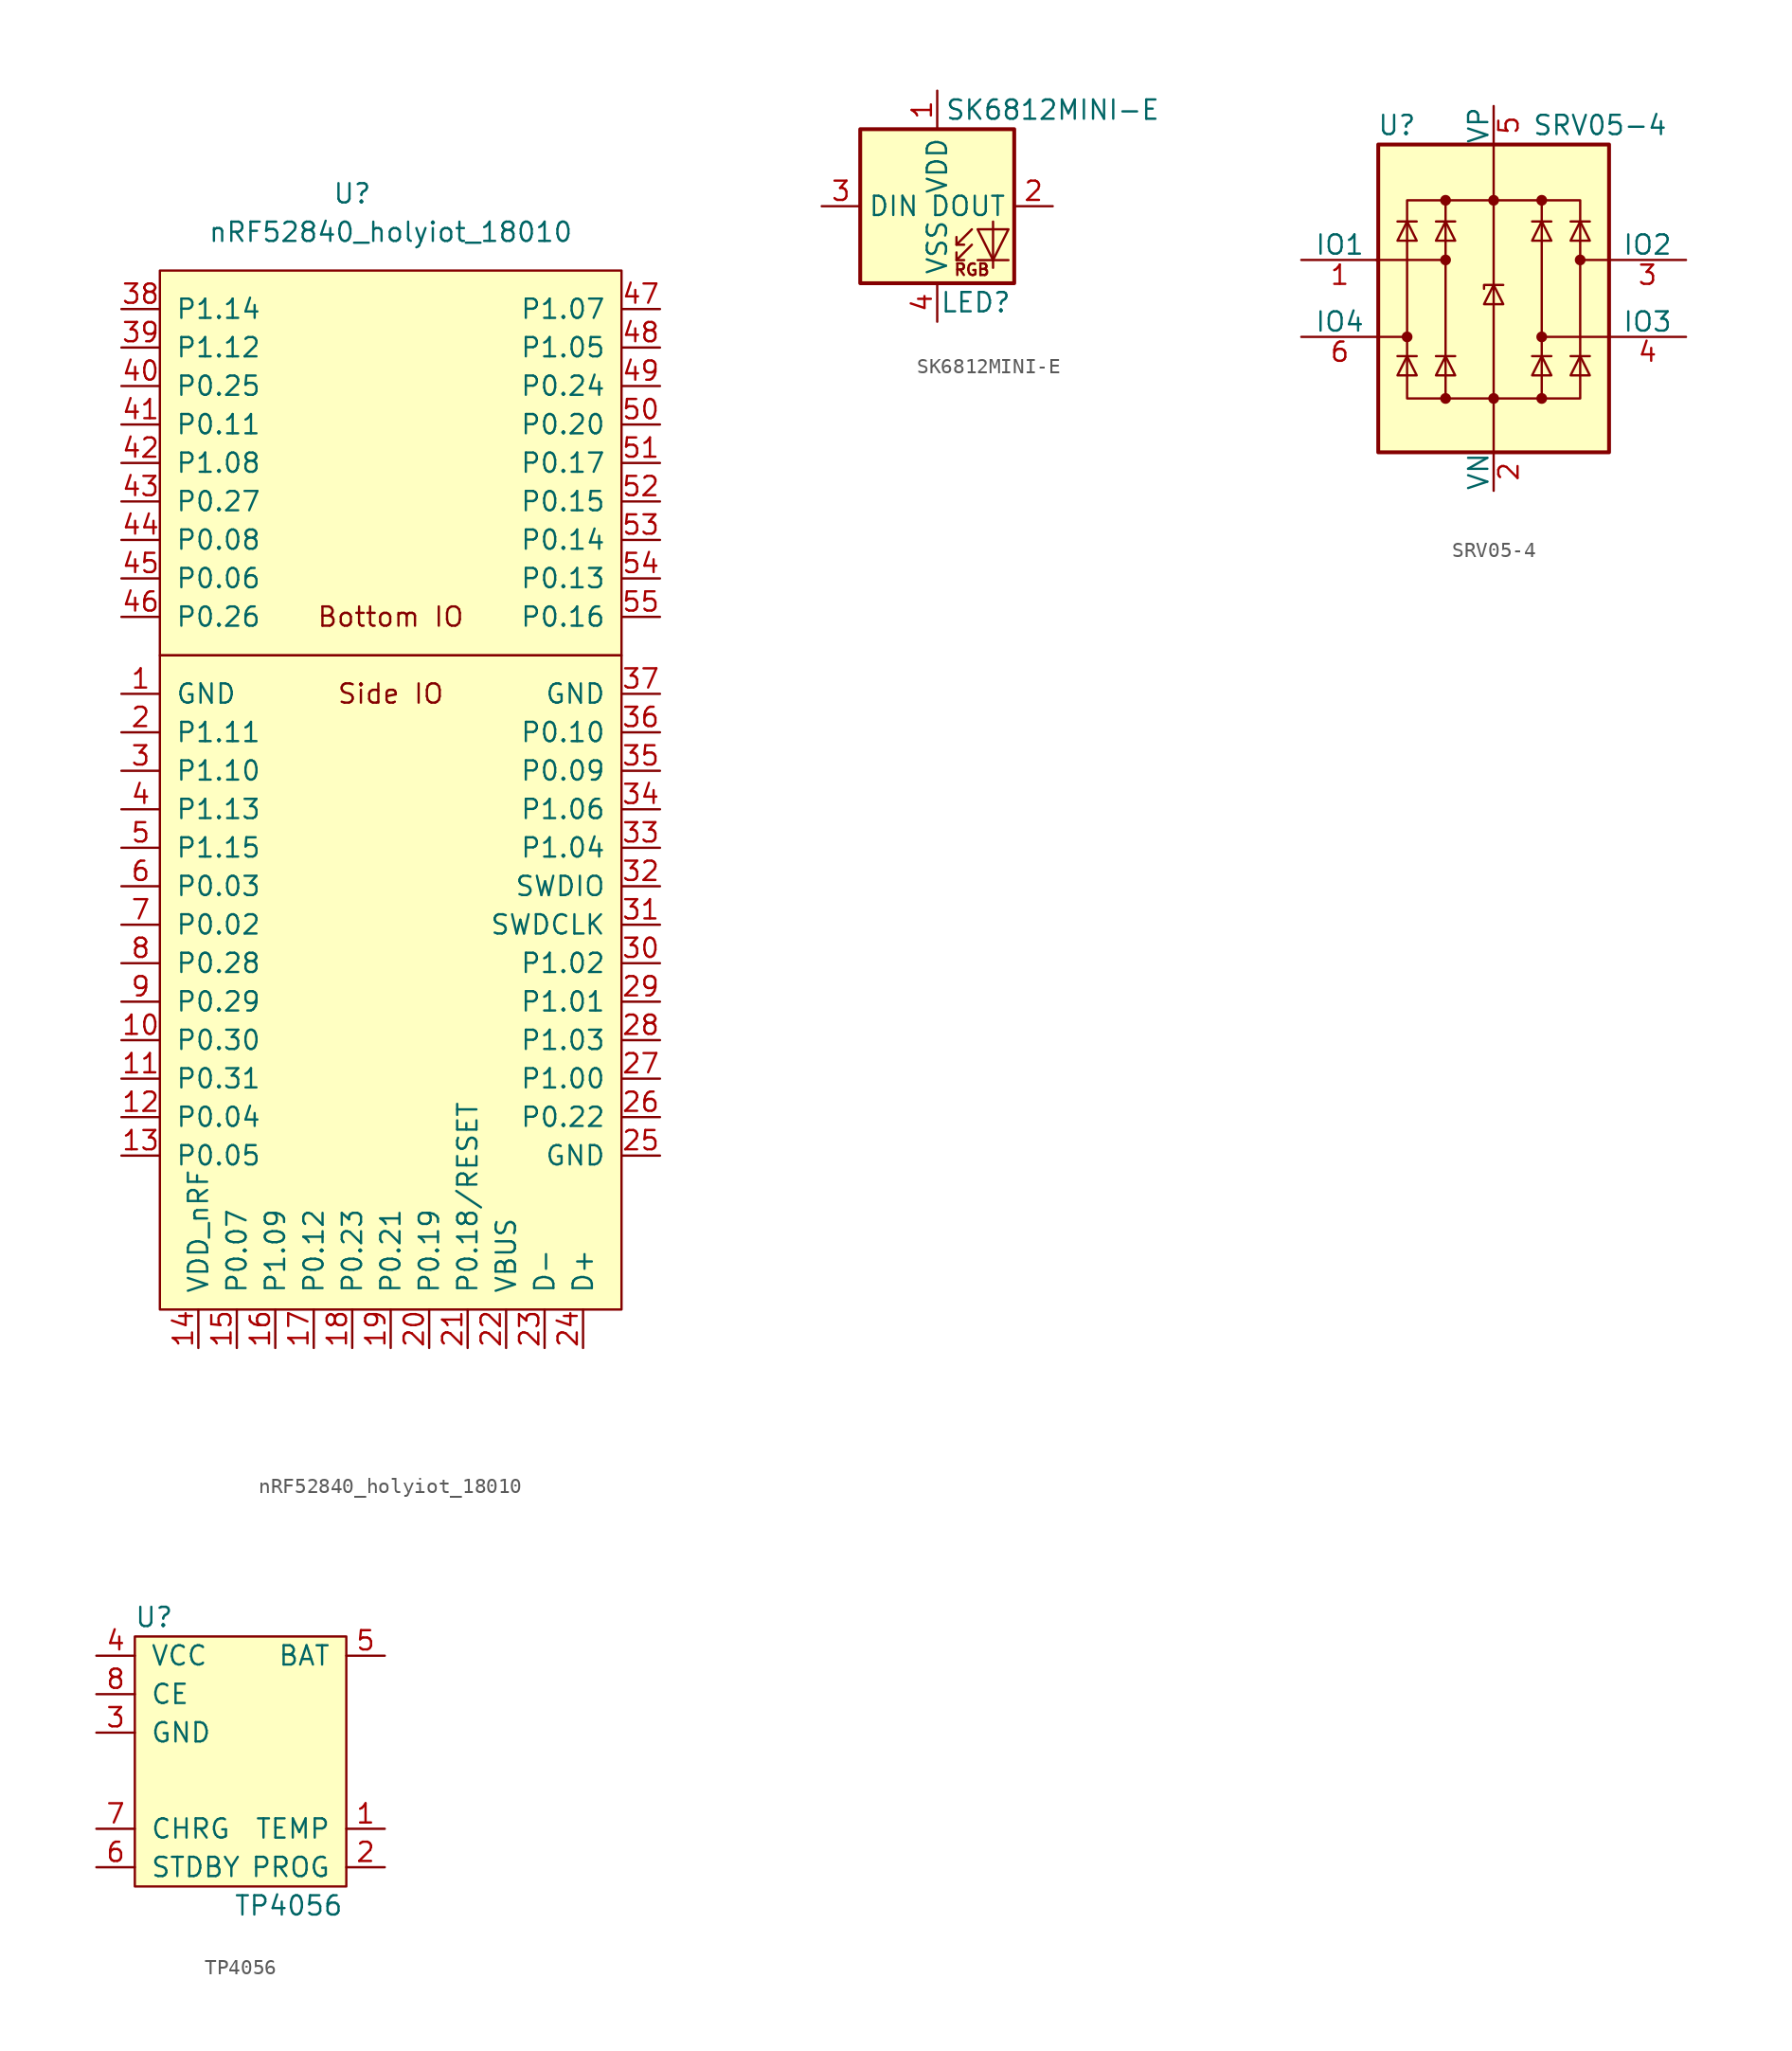
<source format=kicad_sym>
(kicad_symbol_lib
  (version 20211014)
  (generator kicad_symbol_editor)
  (symbol "nRF52840_holyiot_18010"
    (pin_names
      (offset 1.016))
    (property "Reference" "U"
      (at -2.54 39.37 0)
      (effects (font (size 1.27 1.27))))
    (property "Value" "nRF52840_holyiot_18010"
      (at 0 36.83 0)
      (effects (font (size 1.27 1.27))))
    (symbol "nRF52840_holyiot_18010_0_0"
      (rectangle (start -15.24 8.89) (end 15.24 -34.29) (stroke (width 0) (type default) (color 0 0 0 0)) (fill (type background)))
      (rectangle (start -15.24 8.89) (end 15.24 34.29) (stroke (width 0) (type default) (color 0 0 0 0)) (fill (type background)))
      (text "Bottom IO" (at 0 11.43 0) (effects (font (size 1.27 1.27))))
      (text "Side IO" (at 0 6.35 0) (effects (font (size 1.27 1.27)))))
    (symbol "nRF52840_holyiot_18010_1_1"
      (pin power_in line (at -17.78 6.35 0) (length 2.54) (name "GND" (effects (font (size 1.27 1.27)))) (number "1" (effects (font (size 1.27 1.27)))))
      (pin bidirectional line (at -17.78 -16.51 0) (length 2.54) (name "P0.30" (effects (font (size 1.27 1.27)))) (number "10" (effects (font (size 1.27 1.27)))))
      (pin bidirectional line (at -17.78 -19.05 0) (length 2.54) (name "P0.31" (effects (font (size 1.27 1.27)))) (number "11" (effects (font (size 1.27 1.27)))))
      (pin bidirectional line (at -17.78 -21.59 0) (length 2.54) (name "P0.04" (effects (font (size 1.27 1.27)))) (number "12" (effects (font (size 1.27 1.27)))))
      (pin bidirectional line (at -17.78 -24.13 0) (length 2.54) (name "P0.05" (effects (font (size 1.27 1.27)))) (number "13" (effects (font (size 1.27 1.27)))))
      (pin power_in line (at -12.7 -36.83 90) (length 2.54) (name "VDD_nRF" (effects (font (size 1.27 1.27)))) (number "14" (effects (font (size 1.27 1.27)))))
      (pin bidirectional line (at -10.16 -36.83 90) (length 2.54) (name "P0.07" (effects (font (size 1.27 1.27)))) (number "15" (effects (font (size 1.27 1.27)))))
      (pin bidirectional line (at -7.62 -36.83 90) (length 2.54) (name "P1.09" (effects (font (size 1.27 1.27)))) (number "16" (effects (font (size 1.27 1.27)))))
      (pin bidirectional line (at -5.08 -36.83 90) (length 2.54) (name "P0.12" (effects (font (size 1.27 1.27)))) (number "17" (effects (font (size 1.27 1.27)))))
      (pin bidirectional line (at -2.54 -36.83 90) (length 2.54) (name "P0.23" (effects (font (size 1.27 1.27)))) (number "18" (effects (font (size 1.27 1.27)))))
      (pin bidirectional line (at 0 -36.83 90) (length 2.54) (name "P0.21" (effects (font (size 1.27 1.27)))) (number "19" (effects (font (size 1.27 1.27)))))
      (pin bidirectional line (at -17.78 3.81 0) (length 2.54) (name "P1.11" (effects (font (size 1.27 1.27)))) (number "2" (effects (font (size 1.27 1.27)))))
      (pin bidirectional line (at 2.54 -36.83 90) (length 2.54) (name "P0.19" (effects (font (size 1.27 1.27)))) (number "20" (effects (font (size 1.27 1.27)))))
      (pin input line (at 5.08 -36.83 90) (length 2.54) (name "P0.18/RESET" (effects (font (size 1.27 1.27)))) (number "21" (effects (font (size 1.27 1.27)))))
      (pin power_in line (at 7.62 -36.83 90) (length 2.54) (name "VBUS" (effects (font (size 1.27 1.27)))) (number "22" (effects (font (size 1.27 1.27)))))
      (pin bidirectional line (at 10.16 -36.83 90) (length 2.54) (name "D-" (effects (font (size 1.27 1.27)))) (number "23" (effects (font (size 1.27 1.27)))))
      (pin bidirectional line (at 12.7 -36.83 90) (length 2.54) (name "D+" (effects (font (size 1.27 1.27)))) (number "24" (effects (font (size 1.27 1.27)))))
      (pin power_in line (at 17.78 -24.13 180) (length 2.54) (name "GND" (effects (font (size 1.27 1.27)))) (number "25" (effects (font (size 1.27 1.27)))))
      (pin bidirectional line (at 17.78 -21.59 180) (length 2.54) (name "P0.22" (effects (font (size 1.27 1.27)))) (number "26" (effects (font (size 1.27 1.27)))))
      (pin bidirectional line (at 17.78 -19.05 180) (length 2.54) (name "P1.00" (effects (font (size 1.27 1.27)))) (number "27" (effects (font (size 1.27 1.27)))))
      (pin bidirectional line (at 17.78 -16.51 180) (length 2.54) (name "P1.03" (effects (font (size 1.27 1.27)))) (number "28" (effects (font (size 1.27 1.27)))))
      (pin bidirectional line (at 17.78 -13.97 180) (length 2.54) (name "P1.01" (effects (font (size 1.27 1.27)))) (number "29" (effects (font (size 1.27 1.27)))))
      (pin bidirectional line (at -17.78 1.27 0) (length 2.54) (name "P1.10" (effects (font (size 1.27 1.27)))) (number "3" (effects (font (size 1.27 1.27)))))
      (pin bidirectional line (at 17.78 -11.43 180) (length 2.54) (name "P1.02" (effects (font (size 1.27 1.27)))) (number "30" (effects (font (size 1.27 1.27)))))
      (pin bidirectional line (at 17.78 -8.89 180) (length 2.54) (name "SWDCLK" (effects (font (size 1.27 1.27)))) (number "31" (effects (font (size 1.27 1.27)))))
      (pin bidirectional line (at 17.78 -6.35 180) (length 2.54) (name "SWDIO" (effects (font (size 1.27 1.27)))) (number "32" (effects (font (size 1.27 1.27)))))
      (pin bidirectional line (at 17.78 -3.81 180) (length 2.54) (name "P1.04" (effects (font (size 1.27 1.27)))) (number "33" (effects (font (size 1.27 1.27)))))
      (pin bidirectional line (at 17.78 -1.27 180) (length 2.54) (name "P1.06" (effects (font (size 1.27 1.27)))) (number "34" (effects (font (size 1.27 1.27)))))
      (pin bidirectional line (at 17.78 1.27 180) (length 2.54) (name "P0.09" (effects (font (size 1.27 1.27)))) (number "35" (effects (font (size 1.27 1.27)))))
      (pin bidirectional line (at 17.78 3.81 180) (length 2.54) (name "P0.10" (effects (font (size 1.27 1.27)))) (number "36" (effects (font (size 1.27 1.27)))))
      (pin power_in line (at 17.78 6.35 180) (length 2.54) (name "GND" (effects (font (size 1.27 1.27)))) (number "37" (effects (font (size 1.27 1.27)))))
      (pin bidirectional line (at -17.78 31.75 0) (length 2.54) (name "P1.14" (effects (font (size 1.27 1.27)))) (number "38" (effects (font (size 1.27 1.27)))))
      (pin bidirectional line (at -17.78 29.21 0) (length 2.54) (name "P1.12" (effects (font (size 1.27 1.27)))) (number "39" (effects (font (size 1.27 1.27)))))
      (pin bidirectional line (at -17.78 -1.27 0) (length 2.54) (name "P1.13" (effects (font (size 1.27 1.27)))) (number "4" (effects (font (size 1.27 1.27)))))
      (pin bidirectional line (at -17.78 26.67 0) (length 2.54) (name "P0.25" (effects (font (size 1.27 1.27)))) (number "40" (effects (font (size 1.27 1.27)))))
      (pin bidirectional line (at -17.78 24.13 0) (length 2.54) (name "P0.11" (effects (font (size 1.27 1.27)))) (number "41" (effects (font (size 1.27 1.27)))))
      (pin bidirectional line (at -17.78 21.59 0) (length 2.54) (name "P1.08" (effects (font (size 1.27 1.27)))) (number "42" (effects (font (size 1.27 1.27)))))
      (pin bidirectional line (at -17.78 19.05 0) (length 2.54) (name "P0.27" (effects (font (size 1.27 1.27)))) (number "43" (effects (font (size 1.27 1.27)))))
      (pin bidirectional line (at -17.78 16.51 0) (length 2.54) (name "P0.08" (effects (font (size 1.27 1.27)))) (number "44" (effects (font (size 1.27 1.27)))))
      (pin bidirectional line (at -17.78 13.97 0) (length 2.54) (name "P0.06" (effects (font (size 1.27 1.27)))) (number "45" (effects (font (size 1.27 1.27)))))
      (pin bidirectional line (at -17.78 11.43 0) (length 2.54) (name "P0.26" (effects (font (size 1.27 1.27)))) (number "46" (effects (font (size 1.27 1.27)))))
      (pin bidirectional line (at 17.78 31.75 180) (length 2.54) (name "P1.07" (effects (font (size 1.27 1.27)))) (number "47" (effects (font (size 1.27 1.27)))))
      (pin bidirectional line (at 17.78 29.21 180) (length 2.54) (name "P1.05" (effects (font (size 1.27 1.27)))) (number "48" (effects (font (size 1.27 1.27)))))
      (pin bidirectional line (at 17.78 26.67 180) (length 2.54) (name "P0.24" (effects (font (size 1.27 1.27)))) (number "49" (effects (font (size 1.27 1.27)))))
      (pin bidirectional line (at -17.78 -3.81 0) (length 2.54) (name "P1.15" (effects (font (size 1.27 1.27)))) (number "5" (effects (font (size 1.27 1.27)))))
      (pin bidirectional line (at 17.78 24.13 180) (length 2.54) (name "P0.20" (effects (font (size 1.27 1.27)))) (number "50" (effects (font (size 1.27 1.27)))))
      (pin bidirectional line (at 17.78 21.59 180) (length 2.54) (name "P0.17" (effects (font (size 1.27 1.27)))) (number "51" (effects (font (size 1.27 1.27)))))
      (pin bidirectional line (at 17.78 19.05 180) (length 2.54) (name "P0.15" (effects (font (size 1.27 1.27)))) (number "52" (effects (font (size 1.27 1.27)))))
      (pin bidirectional line (at 17.78 16.51 180) (length 2.54) (name "P0.14" (effects (font (size 1.27 1.27)))) (number "53" (effects (font (size 1.27 1.27)))))
      (pin bidirectional line (at 17.78 13.97 180) (length 2.54) (name "P0.13" (effects (font (size 1.27 1.27)))) (number "54" (effects (font (size 1.27 1.27)))))
      (pin bidirectional line (at 17.78 11.43 180) (length 2.54) (name "P0.16" (effects (font (size 1.27 1.27)))) (number "55" (effects (font (size 1.27 1.27)))))
      (pin bidirectional line (at -17.78 -6.35 0) (length 2.54) (name "P0.03" (effects (font (size 1.27 1.27)))) (number "6" (effects (font (size 1.27 1.27)))))
      (pin bidirectional line (at -17.78 -8.89 0) (length 2.54) (name "P0.02" (effects (font (size 1.27 1.27)))) (number "7" (effects (font (size 1.27 1.27)))))
      (pin bidirectional line (at -17.78 -11.43 0) (length 2.54) (name "P0.28" (effects (font (size 1.27 1.27)))) (number "8" (effects (font (size 1.27 1.27)))))
      (pin bidirectional line (at -17.78 -13.97 0) (length 2.54) (name "P0.29" (effects (font (size 1.27 1.27)))) (number "9" (effects (font (size 1.27 1.27)))))))
  (symbol "SK6812MINI-E"
    (property "Reference" "LED"
      (at 2.54 -6.35 0)
      (effects (font (size 1.27 1.27))))
    (property "Value" "SK6812MINI-E"
      (at 7.62 6.35 0)
      (effects (font (size 1.27 1.27))))
    (symbol "SK6812MINI-E_0_0"
      (text "RGB" (at 2.286 -4.191 0) (effects (font (size 0.762 0.762)))))
    (symbol "SK6812MINI-E_0_1"
      (polyline (pts (xy 1.27 -3.556) (xy 1.778 -3.556)) (stroke (width 0) (type default) (color 0 0 0 0)) (fill (type none)))
      (polyline (pts (xy 1.27 -2.54) (xy 1.778 -2.54)) (stroke (width 0) (type default) (color 0 0 0 0)) (fill (type none)))
      (polyline (pts (xy 4.699 -3.556) (xy 2.667 -3.556)) (stroke (width 0) (type default) (color 0 0 0 0)) (fill (type none)))
      (polyline (pts (xy 2.286 -2.54) (xy 1.27 -3.556) (xy 1.27 -3.048)) (stroke (width 0) (type default) (color 0 0 0 0)) (fill (type none)))
      (polyline (pts (xy 2.286 -1.524) (xy 1.27 -2.54) (xy 1.27 -2.032)) (stroke (width 0) (type default) (color 0 0 0 0)) (fill (type none)))
      (polyline (pts (xy 3.683 -1.016) (xy 3.683 -3.556) (xy 3.683 -4.064)) (stroke (width 0) (type default) (color 0 0 0 0)) (fill (type none)))
      (polyline (pts (xy 4.699 -1.524) (xy 2.667 -1.524) (xy 3.683 -3.556) (xy 4.699 -1.524)) (stroke (width 0) (type default) (color 0 0 0 0)) (fill (type none)))
      (rectangle (start 5.08 5.08) (end -5.08 -5.08) (stroke (width 0.254) (type default) (color 0 0 0 0)) (fill (type background))))
    (symbol "SK6812MINI-E_1_1"
      (pin power_in line (at 0 7.62 270) (length 2.54) (name "VDD" (effects (font (size 1.27 1.27)))) (number "1" (effects (font (size 1.27 1.27)))))
      (pin output line (at 7.62 0 180) (length 2.54) (name "DOUT" (effects (font (size 1.27 1.27)))) (number "2" (effects (font (size 1.27 1.27)))))
      (pin input line (at -7.62 0 0) (length 2.54) (name "DIN" (effects (font (size 1.27 1.27)))) (number "3" (effects (font (size 1.27 1.27)))))
      (pin power_in line (at 0 -7.62 90) (length 2.54) (name "VSS" (effects (font (size 1.27 1.27)))) (number "4" (effects (font (size 1.27 1.27)))))))
  (symbol "SRV05-4"
    (pin_names
      (offset 0))
    (property "Reference" "U"
      (at -5.08 11.43 0)
      (effects (font (size 1.27 1.27)) (justify right)))
    (property "Value" "SRV05-4"
      (at 2.54 11.43 0)
      (effects (font (size 1.27 1.27)) (justify left)))
    (symbol "SRV05-4_0_0"
      (rectangle (start -5.715 6.477) (end 5.715 -6.604) (stroke (width 0) (type default) (color 0 0 0 0)) (fill (type none)))
      (polyline (pts (xy -3.175 -6.604) (xy -3.175 6.477)) (stroke (width 0) (type default) (color 0 0 0 0)) (fill (type none)))
      (polyline (pts (xy 3.175 6.477) (xy 3.175 -6.604)) (stroke (width 0) (type default) (color 0 0 0 0)) (fill (type none))))
    (symbol "SRV05-4_0_1"
      (rectangle (start -7.62 10.16) (end 7.62 -10.16) (stroke (width 0.254) (type default) (color 0 0 0 0)) (fill (type background)))
      (circle (center -5.715 -2.54) (radius 0.279) (stroke (width 0) (type default) (color 0 0 0 0)) (fill (type outline)))
      (circle (center -3.175 -6.604) (radius 0.279) (stroke (width 0) (type default) (color 0 0 0 0)) (fill (type outline)))
      (circle (center -3.175 2.54) (radius 0.279) (stroke (width 0) (type default) (color 0 0 0 0)) (fill (type outline)))
      (circle (center -3.175 6.477) (radius 0.279) (stroke (width 0) (type default) (color 0 0 0 0)) (fill (type outline)))
      (circle (center 0 -6.604) (radius 0.279) (stroke (width 0) (type default) (color 0 0 0 0)) (fill (type outline)))
      (polyline (pts (xy -7.747 2.54) (xy -3.175 2.54)) (stroke (width 0) (type default) (color 0 0 0 0)) (fill (type none)))
      (polyline (pts (xy -7.62 -2.54) (xy -5.715 -2.54)) (stroke (width 0) (type default) (color 0 0 0 0)) (fill (type none)))
      (polyline (pts (xy -5.08 -3.81) (xy -6.35 -3.81)) (stroke (width 0) (type default) (color 0 0 0 0)) (fill (type none)))
      (polyline (pts (xy -5.08 5.08) (xy -6.35 5.08)) (stroke (width 0) (type default) (color 0 0 0 0)) (fill (type none)))
      (polyline (pts (xy -2.54 -3.81) (xy -3.81 -3.81)) (stroke (width 0) (type default) (color 0 0 0 0)) (fill (type none)))
      (polyline (pts (xy -2.54 5.08) (xy -3.81 5.08)) (stroke (width 0) (type default) (color 0 0 0 0)) (fill (type none)))
      (polyline (pts (xy 0 10.16) (xy 0 -10.16)) (stroke (width 0) (type default) (color 0 0 0 0)) (fill (type none)))
      (polyline (pts (xy 3.81 -3.81) (xy 2.54 -3.81)) (stroke (width 0) (type default) (color 0 0 0 0)) (fill (type none)))
      (polyline (pts (xy 3.81 5.08) (xy 2.54 5.08)) (stroke (width 0) (type default) (color 0 0 0 0)) (fill (type none)))
      (polyline (pts (xy 6.35 -3.81) (xy 5.08 -3.81)) (stroke (width 0) (type default) (color 0 0 0 0)) (fill (type none)))
      (polyline (pts (xy 6.35 5.08) (xy 5.08 5.08)) (stroke (width 0) (type default) (color 0 0 0 0)) (fill (type none)))
      (polyline (pts (xy 7.62 -2.54) (xy 3.175 -2.54)) (stroke (width 0) (type default) (color 0 0 0 0)) (fill (type none)))
      (polyline (pts (xy 7.62 2.54) (xy 5.715 2.54)) (stroke (width 0) (type default) (color 0 0 0 0)) (fill (type none)))
      (polyline (pts (xy 0.635 0.889) (xy -0.635 0.889) (xy -0.635 0.635)) (stroke (width 0) (type default) (color 0 0 0 0)) (fill (type none)))
      (polyline (pts (xy -5.08 -5.08) (xy -6.35 -5.08) (xy -5.715 -3.81) (xy -5.08 -5.08)) (stroke (width 0) (type default) (color 0 0 0 0)) (fill (type none)))
      (polyline (pts (xy -5.08 3.81) (xy -6.35 3.81) (xy -5.715 5.08) (xy -5.08 3.81)) (stroke (width 0) (type default) (color 0 0 0 0)) (fill (type none)))
      (polyline (pts (xy -2.54 -5.08) (xy -3.81 -5.08) (xy -3.175 -3.81) (xy -2.54 -5.08)) (stroke (width 0) (type default) (color 0 0 0 0)) (fill (type none)))
      (polyline (pts (xy -2.54 3.81) (xy -3.81 3.81) (xy -3.175 5.08) (xy -2.54 3.81)) (stroke (width 0) (type default) (color 0 0 0 0)) (fill (type none)))
      (polyline (pts (xy 0.635 -0.381) (xy -0.635 -0.381) (xy 0 0.889) (xy 0.635 -0.381)) (stroke (width 0) (type default) (color 0 0 0 0)) (fill (type none)))
      (polyline (pts (xy 3.81 -5.08) (xy 2.54 -5.08) (xy 3.175 -3.81) (xy 3.81 -5.08)) (stroke (width 0) (type default) (color 0 0 0 0)) (fill (type none)))
      (polyline (pts (xy 3.81 3.81) (xy 2.54 3.81) (xy 3.175 5.08) (xy 3.81 3.81)) (stroke (width 0) (type default) (color 0 0 0 0)) (fill (type none)))
      (polyline (pts (xy 6.35 -5.08) (xy 5.08 -5.08) (xy 5.715 -3.81) (xy 6.35 -5.08)) (stroke (width 0) (type default) (color 0 0 0 0)) (fill (type none)))
      (polyline (pts (xy 6.35 3.81) (xy 5.08 3.81) (xy 5.715 5.08) (xy 6.35 3.81)) (stroke (width 0) (type default) (color 0 0 0 0)) (fill (type none)))
      (circle (center 0 6.477) (radius 0.279) (stroke (width 0) (type default) (color 0 0 0 0)) (fill (type outline)))
      (circle (center 3.175 -6.604) (radius 0.279) (stroke (width 0) (type default) (color 0 0 0 0)) (fill (type outline)))
      (circle (center 3.175 -2.54) (radius 0.279) (stroke (width 0) (type default) (color 0 0 0 0)) (fill (type outline)))
      (circle (center 3.175 6.477) (radius 0.279) (stroke (width 0) (type default) (color 0 0 0 0)) (fill (type outline)))
      (circle (center 5.715 2.54) (radius 0.279) (stroke (width 0) (type default) (color 0 0 0 0)) (fill (type outline))))
    (symbol "SRV05-4_1_1"
      (pin passive line (at -12.7 2.54 0) (length 5.08) (name "IO1" (effects (font (size 1.27 1.27)))) (number "1" (effects (font (size 1.27 1.27)))))
      (pin passive line (at 0 -12.7 90) (length 2.54) (name "VN" (effects (font (size 1.27 1.27)))) (number "2" (effects (font (size 1.27 1.27)))))
      (pin passive line (at 12.7 2.54 180) (length 5.08) (name "IO2" (effects (font (size 1.27 1.27)))) (number "3" (effects (font (size 1.27 1.27)))))
      (pin passive line (at 12.7 -2.54 180) (length 5.08) (name "IO3" (effects (font (size 1.27 1.27)))) (number "4" (effects (font (size 1.27 1.27)))))
      (pin passive line (at 0 12.7 270) (length 2.54) (name "VP" (effects (font (size 1.27 1.27)))) (number "5" (effects (font (size 1.27 1.27)))))
      (pin passive line (at -12.7 -2.54 0) (length 5.08) (name "IO4" (effects (font (size 1.27 1.27)))) (number "6" (effects (font (size 1.27 1.27)))))))
  (symbol "TP4056"
    (pin_names
      (offset 1.016))
    (property "Reference" "U"
      (at -6.35 8.89 0)
      (effects (font (size 1.27 1.27))))
    (property "Value" "TP4056"
      (at 2.54 -10.16 0)
      (effects (font (size 1.27 1.27))))
    (symbol "TP4056_0_1"
      (rectangle (start -7.62 7.62) (end 6.35 -8.89) (stroke (width 0) (type default) (color 0 0 0 0)) (fill (type background))))
    (symbol "TP4056_1_1"
      (pin input line (at 8.89 -5.08 180) (length 2.54) (name "TEMP" (effects (font (size 1.27 1.27)))) (number "1" (effects (font (size 1.27 1.27)))))
      (pin input line (at 8.89 -7.62 180) (length 2.54) (name "PROG" (effects (font (size 1.27 1.27)))) (number "2" (effects (font (size 1.27 1.27)))))
      (pin power_in line (at -10.16 1.27 0) (length 2.54) (name "GND" (effects (font (size 1.27 1.27)))) (number "3" (effects (font (size 1.27 1.27)))))
      (pin power_in line (at -10.16 6.35 0) (length 2.54) (name "VCC" (effects (font (size 1.27 1.27)))) (number "4" (effects (font (size 1.27 1.27)))))
      (pin power_out line (at 8.89 6.35 180) (length 2.54) (name "BAT" (effects (font (size 1.27 1.27)))) (number "5" (effects (font (size 1.27 1.27)))))
      (pin output line (at -10.16 -7.62 0) (length 2.54) (name "STDBY" (effects (font (size 1.27 1.27)))) (number "6" (effects (font (size 1.27 1.27)))))
      (pin output line (at -10.16 -5.08 0) (length 2.54) (name "CHRG" (effects (font (size 1.27 1.27)))) (number "7" (effects (font (size 1.27 1.27)))))
      (pin input line (at -10.16 3.81 0) (length 2.54) (name "CE" (effects (font (size 1.27 1.27)))) (number "8" (effects (font (size 1.27 1.27))))))))
</source>
